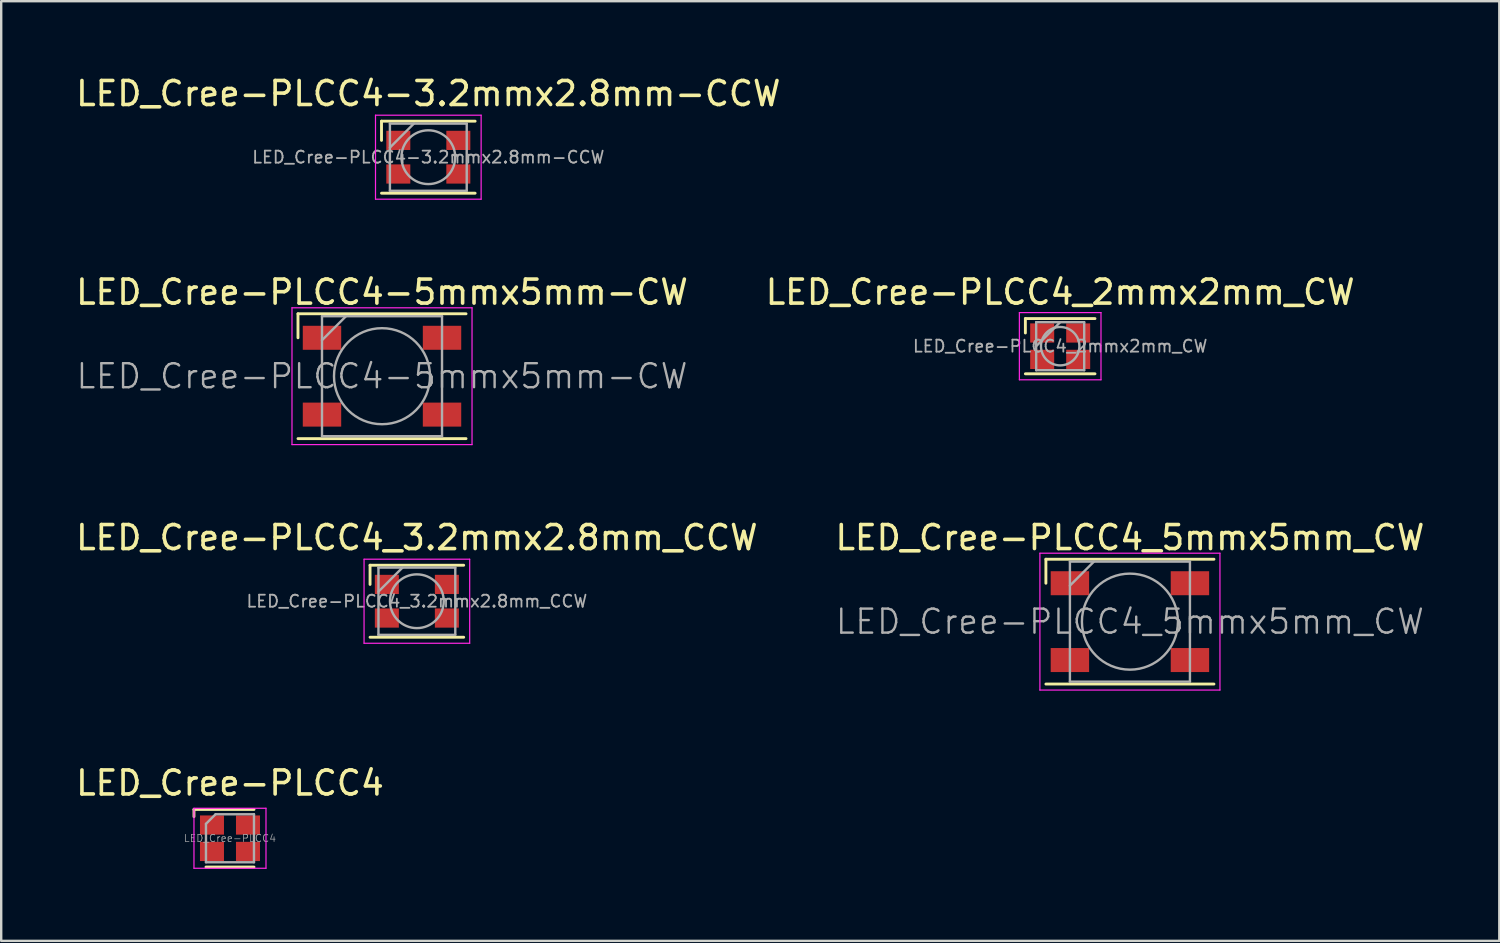
<source format=kicad_pcb>
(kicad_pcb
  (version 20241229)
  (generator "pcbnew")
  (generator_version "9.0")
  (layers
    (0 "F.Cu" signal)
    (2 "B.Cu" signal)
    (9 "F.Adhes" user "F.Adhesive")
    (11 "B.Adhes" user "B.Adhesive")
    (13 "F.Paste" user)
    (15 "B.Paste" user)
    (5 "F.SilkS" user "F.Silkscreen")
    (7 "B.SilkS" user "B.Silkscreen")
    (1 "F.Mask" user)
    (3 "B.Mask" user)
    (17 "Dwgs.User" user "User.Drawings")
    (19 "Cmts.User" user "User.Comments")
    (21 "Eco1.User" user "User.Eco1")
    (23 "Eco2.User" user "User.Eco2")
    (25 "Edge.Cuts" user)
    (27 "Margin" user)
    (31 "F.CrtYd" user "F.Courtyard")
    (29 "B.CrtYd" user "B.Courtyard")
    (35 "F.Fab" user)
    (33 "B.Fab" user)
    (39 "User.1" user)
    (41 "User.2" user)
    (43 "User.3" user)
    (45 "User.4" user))
  (footprint "LED_Cree-PLCC4_2mmx2mm_CW"
    (layer "F.Cu")
    (at 41.113 11.371)
    (property "Reference" "LED_Cree-PLCC4_2mmx2mm_CW" (at 0 -2.25 0) (layer "F.SilkS") (effects (font (size 1 1) (thickness 0.15))))
    (attr smd)
    (fp_line (start -1.45 -1.15) (end 1.45 -1.15) (stroke (width 0.12) (type solid)) (layer "F.SilkS"))
    (fp_line (start -1.45 -0.55) (end -1.45 -1.15) (stroke (width 0.12) (type solid)) (layer "F.SilkS"))
    (fp_line (start -1.45 1.15) (end 1.45 1.15) (stroke (width 0.12) (type solid)) (layer "F.SilkS"))
    (fp_line (start -1.7 -1.4) (end -1.7 1.4) (stroke (width 0.05) (type solid)) (layer "F.CrtYd"))
    (fp_line (start -1.7 1.4) (end 1.7 1.4) (stroke (width 0.05) (type solid)) (layer "F.CrtYd"))
    (fp_line (start 1.7 -1.4) (end -1.7 -1.4) (stroke (width 0.05) (type solid)) (layer "F.CrtYd"))
    (fp_line (start 1.7 1.4) (end 1.7 -1.4) (stroke (width 0.05) (type solid)) (layer "F.CrtYd"))
    (fp_line (start -1 -1) (end -1 1) (stroke (width 0.1) (type solid)) (layer "F.Fab"))
    (fp_line (start -1 1) (end 1 1) (stroke (width 0.1) (type solid)) (layer "F.Fab"))
    (fp_line (start 0 -1) (end -1 0) (stroke (width 0.1) (type solid)) (layer "F.Fab"))
    (fp_line (start 1 -1) (end -1 -1) (stroke (width 0.1) (type solid)) (layer "F.Fab"))
    (fp_line (start 1 1) (end 1 -1) (stroke (width 0.1) (type solid)) (layer "F.Fab"))
    (fp_circle (center 0 0) (end 0.8 0) (stroke (width 0.1) (type solid)) (fill no) (layer "F.Fab"))
    (fp_text user "${REFERENCE}" (at 0 0 0) (layer "F.Fab") (effects (font (size 0.5 0.5) (thickness 0.075))))
    (pad "1" smd rect (at -0.75 -0.55) (size 1 0.8) (layers "F.Cu" "F.Mask" "F.Paste"))
    (pad "2" smd rect (at 0.75 -0.55) (size 1 0.8) (layers "F.Cu" "F.Mask" "F.Paste"))
    (pad "3" smd rect (at 0.75 0.55) (size 1 0.8) (layers "F.Cu" "F.Mask" "F.Paste"))
    (pad "4" smd rect (at -0.75 0.55) (size 1 0.8) (layers "F.Cu" "F.Mask" "F.Paste")))
  (footprint "LED_Cree-PLCC4-3.2mmx2.8mm-CCW"
    (layer "F.Cu")
    (at 14.792 3.498)
    (property "Reference" "LED_Cree-PLCC4-3.2mmx2.8mm-CCW" (at 0 -2.65 0) (layer "F.SilkS") (effects (font (size 1 1) (thickness 0.15))))
    (attr smd)
    (fp_line (start -1.95 -1.5) (end 1.95 -1.5) (stroke (width 0.12) (type solid)) (layer "F.SilkS"))
    (fp_line (start -1.95 -0.7) (end -1.95 -1.5) (stroke (width 0.12) (type solid)) (layer "F.SilkS"))
    (fp_line (start -1.95 1.5) (end 1.95 1.5) (stroke (width 0.12) (type solid)) (layer "F.SilkS"))
    (fp_line (start -2.2 -1.75) (end -2.2 1.75) (stroke (width 0.05) (type solid)) (layer "F.CrtYd"))
    (fp_line (start -2.2 1.75) (end 2.2 1.75) (stroke (width 0.05) (type solid)) (layer "F.CrtYd"))
    (fp_line (start 2.2 -1.75) (end -2.2 -1.75) (stroke (width 0.05) (type solid)) (layer "F.CrtYd"))
    (fp_line (start 2.2 1.75) (end 2.2 -1.75) (stroke (width 0.05) (type solid)) (layer "F.CrtYd"))
    (fp_line (start -1.6 -1.4) (end -1.6 1.4) (stroke (width 0.1) (type solid)) (layer "F.Fab"))
    (fp_line (start -1.6 1.4) (end 1.6 1.4) (stroke (width 0.1) (type solid)) (layer "F.Fab"))
    (fp_line (start -0.6 -1.4) (end -1.6 -0.4) (stroke (width 0.1) (type solid)) (layer "F.Fab"))
    (fp_line (start 1.6 -1.4) (end -1.6 -1.4) (stroke (width 0.1) (type solid)) (layer "F.Fab"))
    (fp_line (start 1.6 1.4) (end 1.6 -1.4) (stroke (width 0.1) (type solid)) (layer "F.Fab"))
    (fp_circle (center 0 0) (end 1.12 0) (stroke (width 0.1) (type solid)) (fill no) (layer "F.Fab"))
    (fp_text user "${REFERENCE}" (at 0 0 0) (layer "F.Fab") (effects (font (size 0.5 0.5) (thickness 0.075))))
    (pad "1" smd rect (at -1.25 -0.7) (size 1 0.8) (layers "F.Cu" "F.Mask" "F.Paste"))
    (pad "2" smd rect (at -1.25 0.7) (size 1 0.8) (layers "F.Cu" "F.Mask" "F.Paste"))
    (pad "3" smd rect (at 1.25 0.7) (size 1 0.8) (layers "F.Cu" "F.Mask" "F.Paste"))
    (pad "4" smd rect (at 1.25 -0.7) (size 1 0.8) (layers "F.Cu" "F.Mask" "F.Paste")))
  (footprint "LED_Cree-PLCC4-5mmx5mm-CW"
    (layer "F.Cu")
    (at 12.863 12.621)
    (property "Reference" "LED_Cree-PLCC4-5mmx5mm-CW" (at 0 -3.5 0) (layer "F.SilkS") (effects (font (size 1 1) (thickness 0.15))))
    (attr smd)
    (fp_line (start -3.5 -2.6) (end 3.5 -2.6) (stroke (width 0.12) (type solid)) (layer "F.SilkS"))
    (fp_line (start -3.5 -1.6) (end -3.5 -2.6) (stroke (width 0.12) (type solid)) (layer "F.SilkS"))
    (fp_line (start -3.5 2.6) (end 3.5 2.6) (stroke (width 0.12) (type solid)) (layer "F.SilkS"))
    (fp_line (start -3.75 -2.85) (end -3.75 2.85) (stroke (width 0.05) (type solid)) (layer "F.CrtYd"))
    (fp_line (start -3.75 2.85) (end 3.75 2.85) (stroke (width 0.05) (type solid)) (layer "F.CrtYd"))
    (fp_line (start 3.75 -2.85) (end -3.75 -2.85) (stroke (width 0.05) (type solid)) (layer "F.CrtYd"))
    (fp_line (start 3.75 2.85) (end 3.75 -2.85) (stroke (width 0.05) (type solid)) (layer "F.CrtYd"))
    (fp_line (start -2.5 -2.5) (end -2.5 2.5) (stroke (width 0.1) (type solid)) (layer "F.Fab"))
    (fp_line (start -2.5 2.5) (end 2.5 2.5) (stroke (width 0.1) (type solid)) (layer "F.Fab"))
    (fp_line (start -1.5 -2.5) (end -2.5 -1.5) (stroke (width 0.1) (type solid)) (layer "F.Fab"))
    (fp_line (start 2.5 -2.5) (end -2.5 -2.5) (stroke (width 0.1) (type solid)) (layer "F.Fab"))
    (fp_line (start 2.5 2.5) (end 2.5 -2.5) (stroke (width 0.1) (type solid)) (layer "F.Fab"))
    (fp_circle (center 0 0) (end 0 -2) (stroke (width 0.1) (type solid)) (fill no) (layer "F.Fab"))
    (fp_text user "${REFERENCE}" (at 0 0 0) (layer "F.Fab") (effects (font (size 1 1) (thickness 0.1))))
    (pad "1" smd rect (at -2.5 -1.6) (size 1.6 1) (layers "F.Cu" "F.Mask" "F.Paste"))
    (pad "2" smd rect (at 2.5 -1.6) (size 1.6 1) (layers "F.Cu" "F.Mask" "F.Paste"))
    (pad "3" smd rect (at 2.5 1.6) (size 1.6 1) (layers "F.Cu" "F.Mask" "F.Paste"))
    (pad "4" smd rect (at -2.5 1.6) (size 1.6 1) (layers "F.Cu" "F.Mask" "F.Paste")))
  (footprint "LED_Cree-PLCC4"
    (layer "F.Cu")
    (at 6.53 31.868)
    (property "Reference" "LED_Cree-PLCC4" (at 0 -2.3 0) (layer "F.SilkS") (effects (font (size 1 1) (thickness 0.15))))
    (attr smd)
    (fp_line (start -1.5 -1.2) (end -1.5 -0.9) (stroke (width 0.12) (type solid)) (layer "F.SilkS"))
    (fp_line (start 1 -1.2) (end -1.5 -1.2) (stroke (width 0.12) (type solid)) (layer "F.SilkS"))
    (fp_line (start 1 1.2) (end -1 1.2) (stroke (width 0.12) (type solid)) (layer "F.SilkS"))
    (fp_line (start -1.5 -1.25) (end 1.5 -1.25) (stroke (width 0.05) (type solid)) (layer "F.CrtYd"))
    (fp_line (start -1.5 1.25) (end -1.5 -1.25) (stroke (width 0.05) (type solid)) (layer "F.CrtYd"))
    (fp_line (start 1.5 -1.25) (end 1.5 1.25) (stroke (width 0.05) (type solid)) (layer "F.CrtYd"))
    (fp_line (start 1.5 1.25) (end -1.5 1.25) (stroke (width 0.05) (type solid)) (layer "F.CrtYd"))
    (fp_line (start -1 -0.6) (end -1 1) (stroke (width 0.1) (type solid)) (layer "F.Fab"))
    (fp_line (start -1 1) (end 1 1) (stroke (width 0.1) (type solid)) (layer "F.Fab"))
    (fp_line (start -0.6 -1) (end -1 -0.6) (stroke (width 0.1) (type solid)) (layer "F.Fab"))
    (fp_line (start 1 -1) (end -0.6 -1) (stroke (width 0.1) (type solid)) (layer "F.Fab"))
    (fp_line (start 1 1) (end 1 -1) (stroke (width 0.1) (type solid)) (layer "F.Fab"))
    (fp_text user "${REFERENCE}" (at 0 0 0) (layer "F.Fab") (effects (font (size 0.3 0.3) (thickness 0.03))))
    (pad "1" smd rect (at -0.75 -0.55) (size 1 0.8) (layers "F.Cu" "F.Mask" "F.Paste"))
    (pad "2" smd rect (at 0.75 -0.55) (size 1 0.8) (layers "F.Cu" "F.Mask" "F.Paste"))
    (pad "3" smd rect (at 0.75 0.55) (size 1 0.8) (layers "F.Cu" "F.Mask" "F.Paste"))
    (pad "4" smd rect (at -0.75 0.55) (size 1 0.8) (layers "F.Cu" "F.Mask" "F.Paste")))
  (footprint "LED_Cree-PLCC4_3.2mmx2.8mm_CCW"
    (layer "F.Cu")
    (at 14.315 21.995)
    (property "Reference" "LED_Cree-PLCC4_3.2mmx2.8mm_CCW" (at 0 -2.65 0) (layer "F.SilkS") (effects (font (size 1 1) (thickness 0.15))))
    (attr smd)
    (fp_line (start -1.95 -1.5) (end 1.95 -1.5) (stroke (width 0.12) (type solid)) (layer "F.SilkS"))
    (fp_line (start -1.95 -0.7) (end -1.95 -1.5) (stroke (width 0.12) (type solid)) (layer "F.SilkS"))
    (fp_line (start -1.95 1.5) (end 1.95 1.5) (stroke (width 0.12) (type solid)) (layer "F.SilkS"))
    (fp_line (start -2.2 -1.75) (end -2.2 1.75) (stroke (width 0.05) (type solid)) (layer "F.CrtYd"))
    (fp_line (start -2.2 1.75) (end 2.2 1.75) (stroke (width 0.05) (type solid)) (layer "F.CrtYd"))
    (fp_line (start 2.2 -1.75) (end -2.2 -1.75) (stroke (width 0.05) (type solid)) (layer "F.CrtYd"))
    (fp_line (start 2.2 1.75) (end 2.2 -1.75) (stroke (width 0.05) (type solid)) (layer "F.CrtYd"))
    (fp_line (start -1.6 -1.4) (end -1.6 1.4) (stroke (width 0.1) (type solid)) (layer "F.Fab"))
    (fp_line (start -1.6 1.4) (end 1.6 1.4) (stroke (width 0.1) (type solid)) (layer "F.Fab"))
    (fp_line (start -0.6 -1.4) (end -1.6 -0.4) (stroke (width 0.1) (type solid)) (layer "F.Fab"))
    (fp_line (start 1.6 -1.4) (end -1.6 -1.4) (stroke (width 0.1) (type solid)) (layer "F.Fab"))
    (fp_line (start 1.6 1.4) (end 1.6 -1.4) (stroke (width 0.1) (type solid)) (layer "F.Fab"))
    (fp_circle (center 0 0) (end 1.12 0) (stroke (width 0.1) (type solid)) (fill no) (layer "F.Fab"))
    (fp_text user "${REFERENCE}" (at 0 0 0) (layer "F.Fab") (effects (font (size 0.5 0.5) (thickness 0.075))))
    (pad "1" smd rect (at -1.25 -0.7) (size 1 0.8) (layers "F.Cu" "F.Mask" "F.Paste"))
    (pad "2" smd rect (at -1.25 0.7) (size 1 0.8) (layers "F.Cu" "F.Mask" "F.Paste"))
    (pad "3" smd rect (at 1.25 0.7) (size 1 0.8) (layers "F.Cu" "F.Mask" "F.Paste"))
    (pad "4" smd rect (at 1.25 -0.7) (size 1 0.8) (layers "F.Cu" "F.Mask" "F.Paste")))
  (footprint "LED_Cree-PLCC4_5mmx5mm_CW"
    (layer "F.Cu")
    (at 44.018 22.845)
    (property "Reference" "LED_Cree-PLCC4_5mmx5mm_CW" (at 0 -3.5 0) (layer "F.SilkS") (effects (font (size 1 1) (thickness 0.15))))
    (attr smd)
    (fp_line (start -3.5 -2.6) (end 3.5 -2.6) (stroke (width 0.12) (type solid)) (layer "F.SilkS"))
    (fp_line (start -3.5 -1.6) (end -3.5 -2.6) (stroke (width 0.12) (type solid)) (layer "F.SilkS"))
    (fp_line (start -3.5 2.6) (end 3.5 2.6) (stroke (width 0.12) (type solid)) (layer "F.SilkS"))
    (fp_line (start -3.75 -2.85) (end -3.75 2.85) (stroke (width 0.05) (type solid)) (layer "F.CrtYd"))
    (fp_line (start -3.75 2.85) (end 3.75 2.85) (stroke (width 0.05) (type solid)) (layer "F.CrtYd"))
    (fp_line (start 3.75 -2.85) (end -3.75 -2.85) (stroke (width 0.05) (type solid)) (layer "F.CrtYd"))
    (fp_line (start 3.75 2.85) (end 3.75 -2.85) (stroke (width 0.05) (type solid)) (layer "F.CrtYd"))
    (fp_line (start -2.5 -2.5) (end -2.5 2.5) (stroke (width 0.1) (type solid)) (layer "F.Fab"))
    (fp_line (start -2.5 2.5) (end 2.5 2.5) (stroke (width 0.1) (type solid)) (layer "F.Fab"))
    (fp_line (start -1.5 -2.5) (end -2.5 -1.5) (stroke (width 0.1) (type solid)) (layer "F.Fab"))
    (fp_line (start 2.5 -2.5) (end -2.5 -2.5) (stroke (width 0.1) (type solid)) (layer "F.Fab"))
    (fp_line (start 2.5 2.5) (end 2.5 -2.5) (stroke (width 0.1) (type solid)) (layer "F.Fab"))
    (fp_circle (center 0 0) (end 0 -2) (stroke (width 0.1) (type solid)) (fill no) (layer "F.Fab"))
    (fp_text user "${REFERENCE}" (at 0 0 0) (layer "F.Fab") (effects (font (size 1 1) (thickness 0.1))))
    (pad "1" smd rect (at -2.5 -1.6) (size 1.6 1) (layers "F.Cu" "F.Mask" "F.Paste"))
    (pad "2" smd rect (at 2.5 -1.6) (size 1.6 1) (layers "F.Cu" "F.Mask" "F.Paste"))
    (pad "3" smd rect (at 2.5 1.6) (size 1.6 1) (layers "F.Cu" "F.Mask" "F.Paste"))
    (pad "4" smd rect (at -2.5 1.6) (size 1.6 1) (layers "F.Cu" "F.Mask" "F.Paste")))
  (gr_rect
    (start -3 -3)
    (end 59.405 36.143)
    (stroke (width 0.1) (type default))
    (fill no)
    (layer "Edge.Cuts")))
</source>
